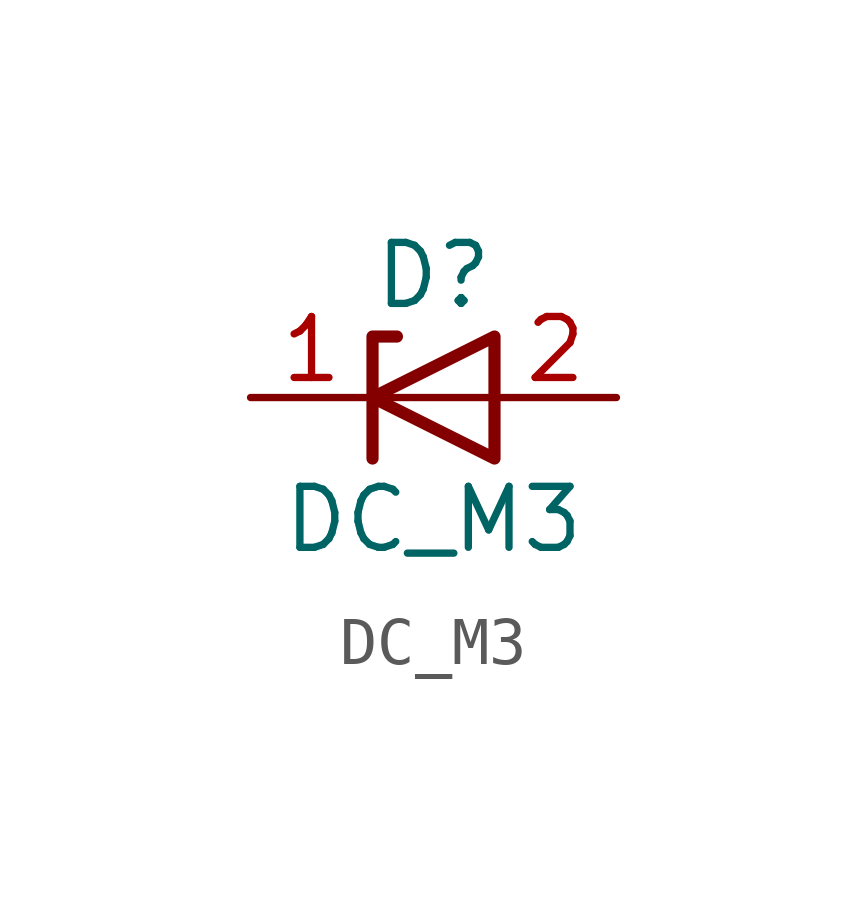
<source format=kicad_sym>
(kicad_symbol_lib
  (version 20211014)
  (generator kicad_symbol_editor)
  (symbol "DC_M3"
    (pin_names hide)
    (property "Reference" "D"
      (at 0 2.54 0)
      (effects (font (size 1.27 1.27))))
    (property "Value" "DC_M3"
      (at 0 -2.54 0)
      (effects (font (size 1.27 1.27))))
    (symbol "DC_M3_0_1"
      (polyline (pts (xy 1.27 0) (xy -1.27 0)) (stroke (width 0) (type default) (color 0 0 0 0)) (fill (type none)))
      (polyline (pts (xy -1.27 -1.27) (xy -1.27 1.27) (xy -0.762 1.27)) (stroke (width 0.254) (type default) (color 0 0 0 0)) (fill (type none)))
      (polyline (pts (xy 1.27 -1.27) (xy 1.27 1.27) (xy -1.27 0) (xy 1.27 -1.27)) (stroke (width 0.254) (type default) (color 0 0 0 0)) (fill (type none))))
    (symbol "DC_M3_1_1"
      (pin passive line (at -3.81 0 0) (length 2.54) (name "K" (effects (font (size 1.27 1.27)))) (number "1" (effects (font (size 1.27 1.27)))))
      (pin passive line (at 3.81 0 180) (length 2.54) (name "A" (effects (font (size 1.27 1.27)))) (number "2" (effects (font (size 1.27 1.27))))))))
</source>
